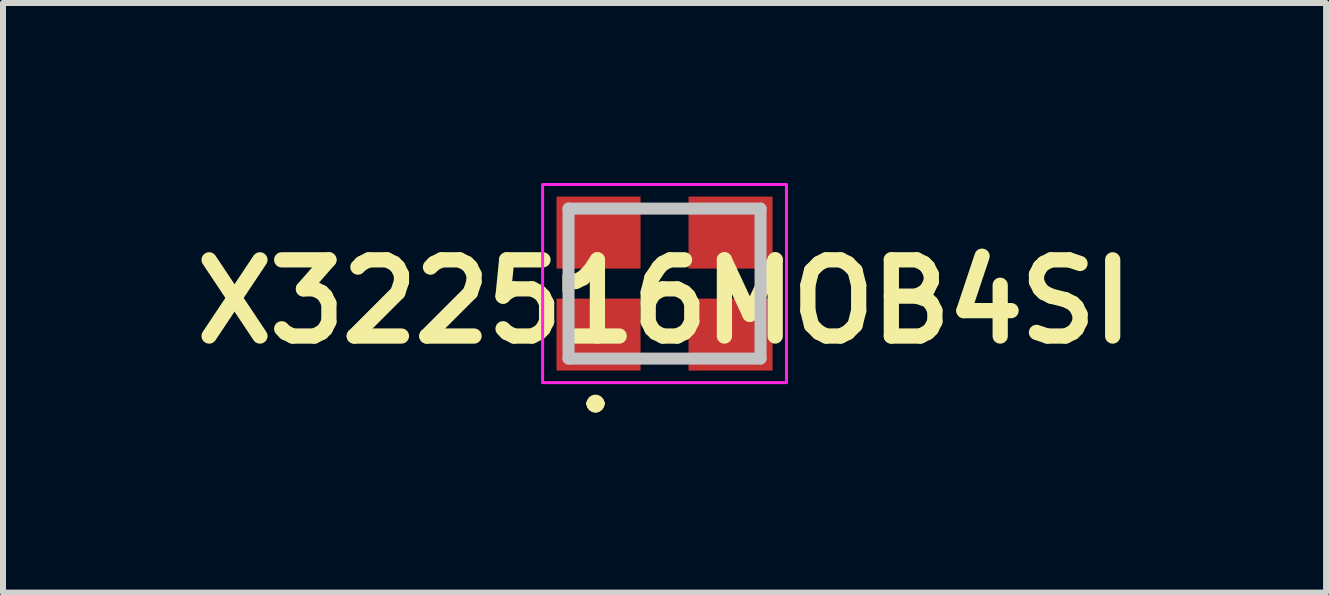
<source format=kicad_pcb>
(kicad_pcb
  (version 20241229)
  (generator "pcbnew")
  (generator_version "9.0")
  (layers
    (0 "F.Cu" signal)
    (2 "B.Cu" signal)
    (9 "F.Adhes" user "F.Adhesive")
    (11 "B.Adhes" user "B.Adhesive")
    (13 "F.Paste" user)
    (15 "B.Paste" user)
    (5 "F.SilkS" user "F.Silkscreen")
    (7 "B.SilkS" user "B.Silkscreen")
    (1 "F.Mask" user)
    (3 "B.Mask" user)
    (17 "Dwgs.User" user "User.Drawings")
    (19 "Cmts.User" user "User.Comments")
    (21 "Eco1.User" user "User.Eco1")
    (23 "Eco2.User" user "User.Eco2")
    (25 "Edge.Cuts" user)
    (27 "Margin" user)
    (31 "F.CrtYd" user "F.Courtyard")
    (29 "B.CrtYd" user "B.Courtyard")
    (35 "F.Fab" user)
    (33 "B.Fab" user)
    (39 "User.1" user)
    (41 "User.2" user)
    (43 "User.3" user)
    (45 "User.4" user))
  (footprint "X322516MOB4SI"
    (layer "F.Cu")
    (at 8.025 1.676)
    (property "Reference" "X322516MOB4SI" (at 0 0.3 0) (layer "F.SilkS") (effects (font (size 1.27 1.27) (thickness 0.254))))
    (attr smd)
    (fp_line (start -1.651 0.127) (end -1.651 -0.127) (stroke (width 0.1) (type default)) (layer "F.SilkS"))
    (fp_line (start -1.2 2) (end -1.2 2) (stroke (width 0.2) (type solid)) (layer "F.SilkS"))
    (fp_line (start -1.2 2) (end -1.2 2) (stroke (width 0.2) (type solid)) (layer "F.SilkS"))
    (fp_line (start -1.1 2) (end -1.1 2) (stroke (width 0.2) (type solid)) (layer "F.SilkS"))
    (fp_line (start -0.254 -1.27) (end 0.254 -1.27) (stroke (width 0.1) (type default)) (layer "F.SilkS"))
    (fp_line (start -0.254 1.27) (end 0.254 1.27) (stroke (width 0.1) (type default)) (layer "F.SilkS"))
    (fp_line (start 1.651 -0.127) (end 1.651 0.127) (stroke (width 0.1) (type default)) (layer "F.SilkS"))
    (fp_arc (start -1.2 2) (mid -1.15 1.95) (end -1.1 2) (stroke (width 0.2) (type solid)) (layer "F.SilkS"))
    (fp_arc (start -1.1 2) (mid -1.15 2.05) (end -1.2 2) (stroke (width 0.2) (type solid)) (layer "F.SilkS"))
    (fp_arc (start -1.1 2) (mid -1.15 2.05) (end -1.2 2) (stroke (width 0.2) (type solid)) (layer "F.SilkS"))
    (fp_line (start -1.6 -1.25) (end -1.6 1.25) (stroke (width 0.2) (type solid)) (layer "Dwgs.User"))
    (fp_line (start -1.6 1.25) (end 1.6 1.25) (stroke (width 0.2) (type solid)) (layer "Dwgs.User"))
    (fp_line (start 1.6 -1.25) (end -1.6 -1.25) (stroke (width 0.2) (type solid)) (layer "Dwgs.User"))
    (fp_line (start 1.6 1.25) (end 1.6 -1.25) (stroke (width 0.2) (type solid)) (layer "Dwgs.User"))
    (fp_rect (start -2.032 -1.651) (end 2.032 1.651) (stroke (width 0.05) (type default)) (fill no) (layer "F.CrtYd"))
    (pad "1" smd rect (at -1.1 0.85 90) (size 1.2 1.4) (layers "F.Cu" "F.Mask" "F.Paste"))
    (pad "2" smd rect (at 1.1 0.85 90) (size 1.2 1.4) (layers "F.Cu" "F.Mask" "F.Paste"))
    (pad "3" smd rect (at 1.1 -0.85 90) (size 1.2 1.4) (layers "F.Cu" "F.Mask" "F.Paste"))
    (pad "4" smd rect (at -1.1 -0.85 90) (size 1.2 1.4) (layers "F.Cu" "F.Mask" "F.Paste")))
  (gr_rect
    (start -3 -3)
    (end 19.05 6.826)
    (stroke (width 0.1) (type default))
    (fill no)
    (layer "Edge.Cuts")))
</source>
